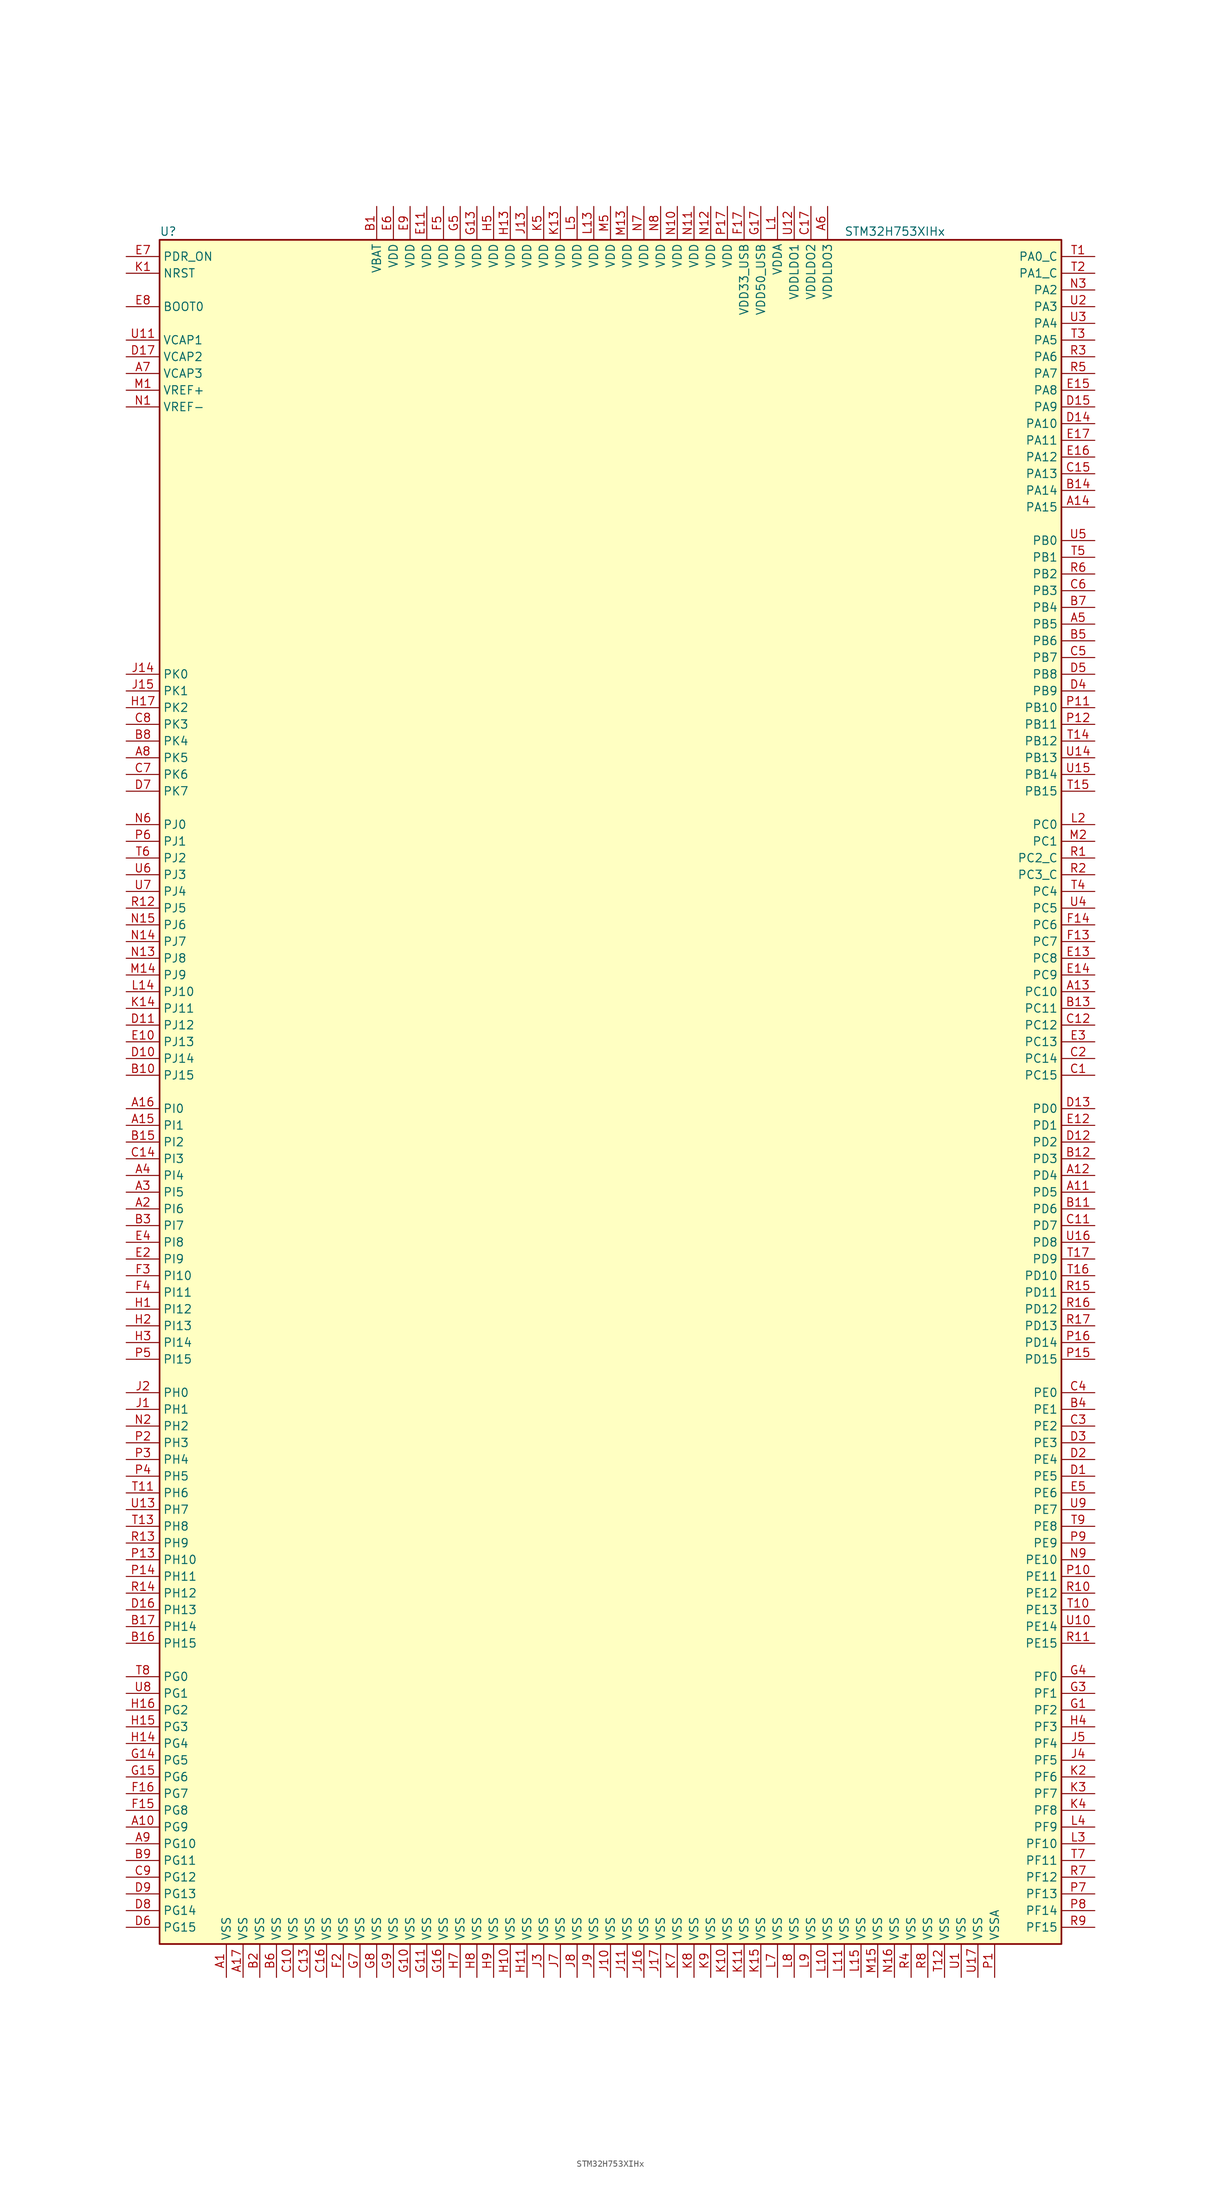
<source format=kicad_sym>
(kicad_symbol_lib
  (version 20201005)
  (generator kicad_symbol_editor)
  (symbol "MCU_ST_STM32H7:STM32H753XIHx"
    (property "Reference" "U"
      (at -68.58 130.81 0)
      (effects (font (size 1.27 1.27)) (justify left)))
    (property "Value" "STM32H753XIHx"
      (at 35.56 130.81 0)
      (effects (font (size 1.27 1.27)) (justify left)))
    (symbol "STM32H753XIHx_0_1"
      (rectangle (start -68.58 -129.54) (end 68.58 129.54) (stroke (width 0.254)) (fill (type background))))
    (symbol "STM32H753XIHx_1_1"
      (pin input line (at -73.66 119.38 0) (length 5.08) (name "BOOT0" (effects (font (size 1.27 1.27)))) (number "E8" (effects (font (size 1.27 1.27)))))
      (pin no_connect line (at -68.58 -127 0) (length 5.08) hide (name "NC" (effects (font (size 1.27 1.27)))) (number "E1" (effects (font (size 1.27 1.27)))))
      (pin no_connect line (at -68.58 -124.46 0) (length 5.08) hide (name "NC" (effects (font (size 1.27 1.27)))) (number "F1" (effects (font (size 1.27 1.27)))))
      (pin no_connect line (at -68.58 -121.92 0) (length 5.08) hide (name "NC" (effects (font (size 1.27 1.27)))) (number "G2" (effects (font (size 1.27 1.27)))))
      (pin no_connect line (at -68.58 -119.38 0) (length 5.08) hide (name "NC" (effects (font (size 1.27 1.27)))) (number "K16" (effects (font (size 1.27 1.27)))))
      (pin no_connect line (at -68.58 -116.84 0) (length 5.08) hide (name "NC" (effects (font (size 1.27 1.27)))) (number "K17" (effects (font (size 1.27 1.27)))))
      (pin no_connect line (at -68.58 -114.3 0) (length 5.08) hide (name "NC" (effects (font (size 1.27 1.27)))) (number "L16" (effects (font (size 1.27 1.27)))))
      (pin no_connect line (at -68.58 -111.76 0) (length 5.08) hide (name "NC" (effects (font (size 1.27 1.27)))) (number "L17" (effects (font (size 1.27 1.27)))))
      (pin no_connect line (at -68.58 -109.22 0) (length 5.08) hide (name "NC" (effects (font (size 1.27 1.27)))) (number "M16" (effects (font (size 1.27 1.27)))))
      (pin no_connect line (at -68.58 -106.68 0) (length 5.08) hide (name "NC" (effects (font (size 1.27 1.27)))) (number "M17" (effects (font (size 1.27 1.27)))))
      (pin no_connect line (at -68.58 -104.14 0) (length 5.08) hide (name "NC" (effects (font (size 1.27 1.27)))) (number "N17" (effects (font (size 1.27 1.27)))))
      (pin input line (at -73.66 124.46 0) (length 5.08) (name "NRST" (effects (font (size 1.27 1.27)))) (number "K1" (effects (font (size 1.27 1.27)))))
      (pin bidirectional line (at 73.66 127 180) (length 5.08) (name "PA0_C" (effects (font (size 1.27 1.27)))) (number "T1" (effects (font (size 1.27 1.27)))))
      (pin bidirectional line (at 73.66 101.6 180) (length 5.08) (name "PA10" (effects (font (size 1.27 1.27)))) (number "D14" (effects (font (size 1.27 1.27)))))
      (pin bidirectional line (at 73.66 99.06 180) (length 5.08) (name "PA11" (effects (font (size 1.27 1.27)))) (number "E17" (effects (font (size 1.27 1.27)))))
      (pin bidirectional line (at 73.66 96.52 180) (length 5.08) (name "PA12" (effects (font (size 1.27 1.27)))) (number "E16" (effects (font (size 1.27 1.27)))))
      (pin bidirectional line (at 73.66 93.98 180) (length 5.08) (name "PA13" (effects (font (size 1.27 1.27)))) (number "C15" (effects (font (size 1.27 1.27)))))
      (pin bidirectional line (at 73.66 91.44 180) (length 5.08) (name "PA14" (effects (font (size 1.27 1.27)))) (number "B14" (effects (font (size 1.27 1.27)))))
      (pin bidirectional line (at 73.66 88.9 180) (length 5.08) (name "PA15" (effects (font (size 1.27 1.27)))) (number "A14" (effects (font (size 1.27 1.27)))))
      (pin bidirectional line (at 73.66 124.46 180) (length 5.08) (name "PA1_C" (effects (font (size 1.27 1.27)))) (number "T2" (effects (font (size 1.27 1.27)))))
      (pin bidirectional line (at 73.66 121.92 180) (length 5.08) (name "PA2" (effects (font (size 1.27 1.27)))) (number "N3" (effects (font (size 1.27 1.27)))))
      (pin bidirectional line (at 73.66 119.38 180) (length 5.08) (name "PA3" (effects (font (size 1.27 1.27)))) (number "U2" (effects (font (size 1.27 1.27)))))
      (pin bidirectional line (at 73.66 116.84 180) (length 5.08) (name "PA4" (effects (font (size 1.27 1.27)))) (number "U3" (effects (font (size 1.27 1.27)))))
      (pin bidirectional line (at 73.66 114.3 180) (length 5.08) (name "PA5" (effects (font (size 1.27 1.27)))) (number "T3" (effects (font (size 1.27 1.27)))))
      (pin bidirectional line (at 73.66 111.76 180) (length 5.08) (name "PA6" (effects (font (size 1.27 1.27)))) (number "R3" (effects (font (size 1.27 1.27)))))
      (pin bidirectional line (at 73.66 109.22 180) (length 5.08) (name "PA7" (effects (font (size 1.27 1.27)))) (number "R5" (effects (font (size 1.27 1.27)))))
      (pin bidirectional line (at 73.66 106.68 180) (length 5.08) (name "PA8" (effects (font (size 1.27 1.27)))) (number "E15" (effects (font (size 1.27 1.27)))))
      (pin bidirectional line (at 73.66 104.14 180) (length 5.08) (name "PA9" (effects (font (size 1.27 1.27)))) (number "D15" (effects (font (size 1.27 1.27)))))
      (pin bidirectional line (at 73.66 83.82 180) (length 5.08) (name "PB0" (effects (font (size 1.27 1.27)))) (number "U5" (effects (font (size 1.27 1.27)))))
      (pin bidirectional line (at 73.66 81.28 180) (length 5.08) (name "PB1" (effects (font (size 1.27 1.27)))) (number "T5" (effects (font (size 1.27 1.27)))))
      (pin bidirectional line (at 73.66 58.42 180) (length 5.08) (name "PB10" (effects (font (size 1.27 1.27)))) (number "P11" (effects (font (size 1.27 1.27)))))
      (pin bidirectional line (at 73.66 55.88 180) (length 5.08) (name "PB11" (effects (font (size 1.27 1.27)))) (number "P12" (effects (font (size 1.27 1.27)))))
      (pin bidirectional line (at 73.66 53.34 180) (length 5.08) (name "PB12" (effects (font (size 1.27 1.27)))) (number "T14" (effects (font (size 1.27 1.27)))))
      (pin bidirectional line (at 73.66 50.8 180) (length 5.08) (name "PB13" (effects (font (size 1.27 1.27)))) (number "U14" (effects (font (size 1.27 1.27)))))
      (pin bidirectional line (at 73.66 48.26 180) (length 5.08) (name "PB14" (effects (font (size 1.27 1.27)))) (number "U15" (effects (font (size 1.27 1.27)))))
      (pin bidirectional line (at 73.66 45.72 180) (length 5.08) (name "PB15" (effects (font (size 1.27 1.27)))) (number "T15" (effects (font (size 1.27 1.27)))))
      (pin bidirectional line (at 73.66 78.74 180) (length 5.08) (name "PB2" (effects (font (size 1.27 1.27)))) (number "R6" (effects (font (size 1.27 1.27)))))
      (pin bidirectional line (at 73.66 76.2 180) (length 5.08) (name "PB3" (effects (font (size 1.27 1.27)))) (number "C6" (effects (font (size 1.27 1.27)))))
      (pin bidirectional line (at 73.66 73.66 180) (length 5.08) (name "PB4" (effects (font (size 1.27 1.27)))) (number "B7" (effects (font (size 1.27 1.27)))))
      (pin bidirectional line (at 73.66 71.12 180) (length 5.08) (name "PB5" (effects (font (size 1.27 1.27)))) (number "A5" (effects (font (size 1.27 1.27)))))
      (pin bidirectional line (at 73.66 68.58 180) (length 5.08) (name "PB6" (effects (font (size 1.27 1.27)))) (number "B5" (effects (font (size 1.27 1.27)))))
      (pin bidirectional line (at 73.66 66.04 180) (length 5.08) (name "PB7" (effects (font (size 1.27 1.27)))) (number "C5" (effects (font (size 1.27 1.27)))))
      (pin bidirectional line (at 73.66 63.5 180) (length 5.08) (name "PB8" (effects (font (size 1.27 1.27)))) (number "D5" (effects (font (size 1.27 1.27)))))
      (pin bidirectional line (at 73.66 60.96 180) (length 5.08) (name "PB9" (effects (font (size 1.27 1.27)))) (number "D4" (effects (font (size 1.27 1.27)))))
      (pin bidirectional line (at 73.66 40.64 180) (length 5.08) (name "PC0" (effects (font (size 1.27 1.27)))) (number "L2" (effects (font (size 1.27 1.27)))))
      (pin bidirectional line (at 73.66 38.1 180) (length 5.08) (name "PC1" (effects (font (size 1.27 1.27)))) (number "M2" (effects (font (size 1.27 1.27)))))
      (pin bidirectional line (at 73.66 15.24 180) (length 5.08) (name "PC10" (effects (font (size 1.27 1.27)))) (number "A13" (effects (font (size 1.27 1.27)))))
      (pin bidirectional line (at 73.66 12.7 180) (length 5.08) (name "PC11" (effects (font (size 1.27 1.27)))) (number "B13" (effects (font (size 1.27 1.27)))))
      (pin bidirectional line (at 73.66 10.16 180) (length 5.08) (name "PC12" (effects (font (size 1.27 1.27)))) (number "C12" (effects (font (size 1.27 1.27)))))
      (pin bidirectional line (at 73.66 7.62 180) (length 5.08) (name "PC13" (effects (font (size 1.27 1.27)))) (number "E3" (effects (font (size 1.27 1.27)))))
      (pin bidirectional line (at 73.66 5.08 180) (length 5.08) (name "PC14" (effects (font (size 1.27 1.27)))) (number "C2" (effects (font (size 1.27 1.27)))))
      (pin bidirectional line (at 73.66 2.54 180) (length 5.08) (name "PC15" (effects (font (size 1.27 1.27)))) (number "C1" (effects (font (size 1.27 1.27)))))
      (pin bidirectional line (at 73.66 35.56 180) (length 5.08) (name "PC2_C" (effects (font (size 1.27 1.27)))) (number "R1" (effects (font (size 1.27 1.27)))))
      (pin bidirectional line (at 73.66 33.02 180) (length 5.08) (name "PC3_C" (effects (font (size 1.27 1.27)))) (number "R2" (effects (font (size 1.27 1.27)))))
      (pin bidirectional line (at 73.66 30.48 180) (length 5.08) (name "PC4" (effects (font (size 1.27 1.27)))) (number "T4" (effects (font (size 1.27 1.27)))))
      (pin bidirectional line (at 73.66 27.94 180) (length 5.08) (name "PC5" (effects (font (size 1.27 1.27)))) (number "U4" (effects (font (size 1.27 1.27)))))
      (pin bidirectional line (at 73.66 25.4 180) (length 5.08) (name "PC6" (effects (font (size 1.27 1.27)))) (number "F14" (effects (font (size 1.27 1.27)))))
      (pin bidirectional line (at 73.66 22.86 180) (length 5.08) (name "PC7" (effects (font (size 1.27 1.27)))) (number "F13" (effects (font (size 1.27 1.27)))))
      (pin bidirectional line (at 73.66 20.32 180) (length 5.08) (name "PC8" (effects (font (size 1.27 1.27)))) (number "E13" (effects (font (size 1.27 1.27)))))
      (pin bidirectional line (at 73.66 17.78 180) (length 5.08) (name "PC9" (effects (font (size 1.27 1.27)))) (number "E14" (effects (font (size 1.27 1.27)))))
      (pin bidirectional line (at 73.66 -2.54 180) (length 5.08) (name "PD0" (effects (font (size 1.27 1.27)))) (number "D13" (effects (font (size 1.27 1.27)))))
      (pin bidirectional line (at 73.66 -5.08 180) (length 5.08) (name "PD1" (effects (font (size 1.27 1.27)))) (number "E12" (effects (font (size 1.27 1.27)))))
      (pin bidirectional line (at 73.66 -27.94 180) (length 5.08) (name "PD10" (effects (font (size 1.27 1.27)))) (number "T16" (effects (font (size 1.27 1.27)))))
      (pin bidirectional line (at 73.66 -30.48 180) (length 5.08) (name "PD11" (effects (font (size 1.27 1.27)))) (number "R15" (effects (font (size 1.27 1.27)))))
      (pin bidirectional line (at 73.66 -33.02 180) (length 5.08) (name "PD12" (effects (font (size 1.27 1.27)))) (number "R16" (effects (font (size 1.27 1.27)))))
      (pin bidirectional line (at 73.66 -35.56 180) (length 5.08) (name "PD13" (effects (font (size 1.27 1.27)))) (number "R17" (effects (font (size 1.27 1.27)))))
      (pin bidirectional line (at 73.66 -38.1 180) (length 5.08) (name "PD14" (effects (font (size 1.27 1.27)))) (number "P16" (effects (font (size 1.27 1.27)))))
      (pin bidirectional line (at 73.66 -40.64 180) (length 5.08) (name "PD15" (effects (font (size 1.27 1.27)))) (number "P15" (effects (font (size 1.27 1.27)))))
      (pin bidirectional line (at 73.66 -7.62 180) (length 5.08) (name "PD2" (effects (font (size 1.27 1.27)))) (number "D12" (effects (font (size 1.27 1.27)))))
      (pin bidirectional line (at 73.66 -10.16 180) (length 5.08) (name "PD3" (effects (font (size 1.27 1.27)))) (number "B12" (effects (font (size 1.27 1.27)))))
      (pin bidirectional line (at 73.66 -12.7 180) (length 5.08) (name "PD4" (effects (font (size 1.27 1.27)))) (number "A12" (effects (font (size 1.27 1.27)))))
      (pin bidirectional line (at 73.66 -15.24 180) (length 5.08) (name "PD5" (effects (font (size 1.27 1.27)))) (number "A11" (effects (font (size 1.27 1.27)))))
      (pin bidirectional line (at 73.66 -17.78 180) (length 5.08) (name "PD6" (effects (font (size 1.27 1.27)))) (number "B11" (effects (font (size 1.27 1.27)))))
      (pin bidirectional line (at 73.66 -20.32 180) (length 5.08) (name "PD7" (effects (font (size 1.27 1.27)))) (number "C11" (effects (font (size 1.27 1.27)))))
      (pin bidirectional line (at 73.66 -22.86 180) (length 5.08) (name "PD8" (effects (font (size 1.27 1.27)))) (number "U16" (effects (font (size 1.27 1.27)))))
      (pin bidirectional line (at 73.66 -25.4 180) (length 5.08) (name "PD9" (effects (font (size 1.27 1.27)))) (number "T17" (effects (font (size 1.27 1.27)))))
      (pin input line (at -73.66 127 0) (length 5.08) (name "PDR_ON" (effects (font (size 1.27 1.27)))) (number "E7" (effects (font (size 1.27 1.27)))))
      (pin bidirectional line (at 73.66 -45.72 180) (length 5.08) (name "PE0" (effects (font (size 1.27 1.27)))) (number "C4" (effects (font (size 1.27 1.27)))))
      (pin bidirectional line (at 73.66 -48.26 180) (length 5.08) (name "PE1" (effects (font (size 1.27 1.27)))) (number "B4" (effects (font (size 1.27 1.27)))))
      (pin bidirectional line (at 73.66 -71.12 180) (length 5.08) (name "PE10" (effects (font (size 1.27 1.27)))) (number "N9" (effects (font (size 1.27 1.27)))))
      (pin bidirectional line (at 73.66 -73.66 180) (length 5.08) (name "PE11" (effects (font (size 1.27 1.27)))) (number "P10" (effects (font (size 1.27 1.27)))))
      (pin bidirectional line (at 73.66 -76.2 180) (length 5.08) (name "PE12" (effects (font (size 1.27 1.27)))) (number "R10" (effects (font (size 1.27 1.27)))))
      (pin bidirectional line (at 73.66 -78.74 180) (length 5.08) (name "PE13" (effects (font (size 1.27 1.27)))) (number "T10" (effects (font (size 1.27 1.27)))))
      (pin bidirectional line (at 73.66 -81.28 180) (length 5.08) (name "PE14" (effects (font (size 1.27 1.27)))) (number "U10" (effects (font (size 1.27 1.27)))))
      (pin bidirectional line (at 73.66 -83.82 180) (length 5.08) (name "PE15" (effects (font (size 1.27 1.27)))) (number "R11" (effects (font (size 1.27 1.27)))))
      (pin bidirectional line (at 73.66 -50.8 180) (length 5.08) (name "PE2" (effects (font (size 1.27 1.27)))) (number "C3" (effects (font (size 1.27 1.27)))))
      (pin bidirectional line (at 73.66 -53.34 180) (length 5.08) (name "PE3" (effects (font (size 1.27 1.27)))) (number "D3" (effects (font (size 1.27 1.27)))))
      (pin bidirectional line (at 73.66 -55.88 180) (length 5.08) (name "PE4" (effects (font (size 1.27 1.27)))) (number "D2" (effects (font (size 1.27 1.27)))))
      (pin bidirectional line (at 73.66 -58.42 180) (length 5.08) (name "PE5" (effects (font (size 1.27 1.27)))) (number "D1" (effects (font (size 1.27 1.27)))))
      (pin bidirectional line (at 73.66 -60.96 180) (length 5.08) (name "PE6" (effects (font (size 1.27 1.27)))) (number "E5" (effects (font (size 1.27 1.27)))))
      (pin bidirectional line (at 73.66 -63.5 180) (length 5.08) (name "PE7" (effects (font (size 1.27 1.27)))) (number "U9" (effects (font (size 1.27 1.27)))))
      (pin bidirectional line (at 73.66 -66.04 180) (length 5.08) (name "PE8" (effects (font (size 1.27 1.27)))) (number "T9" (effects (font (size 1.27 1.27)))))
      (pin bidirectional line (at 73.66 -68.58 180) (length 5.08) (name "PE9" (effects (font (size 1.27 1.27)))) (number "P9" (effects (font (size 1.27 1.27)))))
      (pin bidirectional line (at 73.66 -88.9 180) (length 5.08) (name "PF0" (effects (font (size 1.27 1.27)))) (number "G4" (effects (font (size 1.27 1.27)))))
      (pin bidirectional line (at 73.66 -91.44 180) (length 5.08) (name "PF1" (effects (font (size 1.27 1.27)))) (number "G3" (effects (font (size 1.27 1.27)))))
      (pin bidirectional line (at 73.66 -114.3 180) (length 5.08) (name "PF10" (effects (font (size 1.27 1.27)))) (number "L3" (effects (font (size 1.27 1.27)))))
      (pin bidirectional line (at 73.66 -116.84 180) (length 5.08) (name "PF11" (effects (font (size 1.27 1.27)))) (number "T7" (effects (font (size 1.27 1.27)))))
      (pin bidirectional line (at 73.66 -119.38 180) (length 5.08) (name "PF12" (effects (font (size 1.27 1.27)))) (number "R7" (effects (font (size 1.27 1.27)))))
      (pin bidirectional line (at 73.66 -121.92 180) (length 5.08) (name "PF13" (effects (font (size 1.27 1.27)))) (number "P7" (effects (font (size 1.27 1.27)))))
      (pin bidirectional line (at 73.66 -124.46 180) (length 5.08) (name "PF14" (effects (font (size 1.27 1.27)))) (number "P8" (effects (font (size 1.27 1.27)))))
      (pin bidirectional line (at 73.66 -127 180) (length 5.08) (name "PF15" (effects (font (size 1.27 1.27)))) (number "R9" (effects (font (size 1.27 1.27)))))
      (pin bidirectional line (at 73.66 -93.98 180) (length 5.08) (name "PF2" (effects (font (size 1.27 1.27)))) (number "G1" (effects (font (size 1.27 1.27)))))
      (pin bidirectional line (at 73.66 -96.52 180) (length 5.08) (name "PF3" (effects (font (size 1.27 1.27)))) (number "H4" (effects (font (size 1.27 1.27)))))
      (pin bidirectional line (at 73.66 -99.06 180) (length 5.08) (name "PF4" (effects (font (size 1.27 1.27)))) (number "J5" (effects (font (size 1.27 1.27)))))
      (pin bidirectional line (at 73.66 -101.6 180) (length 5.08) (name "PF5" (effects (font (size 1.27 1.27)))) (number "J4" (effects (font (size 1.27 1.27)))))
      (pin bidirectional line (at 73.66 -104.14 180) (length 5.08) (name "PF6" (effects (font (size 1.27 1.27)))) (number "K2" (effects (font (size 1.27 1.27)))))
      (pin bidirectional line (at 73.66 -106.68 180) (length 5.08) (name "PF7" (effects (font (size 1.27 1.27)))) (number "K3" (effects (font (size 1.27 1.27)))))
      (pin bidirectional line (at 73.66 -109.22 180) (length 5.08) (name "PF8" (effects (font (size 1.27 1.27)))) (number "K4" (effects (font (size 1.27 1.27)))))
      (pin bidirectional line (at 73.66 -111.76 180) (length 5.08) (name "PF9" (effects (font (size 1.27 1.27)))) (number "L4" (effects (font (size 1.27 1.27)))))
      (pin bidirectional line (at -73.66 -88.9 0) (length 5.08) (name "PG0" (effects (font (size 1.27 1.27)))) (number "T8" (effects (font (size 1.27 1.27)))))
      (pin bidirectional line (at -73.66 -91.44 0) (length 5.08) (name "PG1" (effects (font (size 1.27 1.27)))) (number "U8" (effects (font (size 1.27 1.27)))))
      (pin bidirectional line (at -73.66 -114.3 0) (length 5.08) (name "PG10" (effects (font (size 1.27 1.27)))) (number "A9" (effects (font (size 1.27 1.27)))))
      (pin bidirectional line (at -73.66 -116.84 0) (length 5.08) (name "PG11" (effects (font (size 1.27 1.27)))) (number "B9" (effects (font (size 1.27 1.27)))))
      (pin bidirectional line (at -73.66 -119.38 0) (length 5.08) (name "PG12" (effects (font (size 1.27 1.27)))) (number "C9" (effects (font (size 1.27 1.27)))))
      (pin bidirectional line (at -73.66 -121.92 0) (length 5.08) (name "PG13" (effects (font (size 1.27 1.27)))) (number "D9" (effects (font (size 1.27 1.27)))))
      (pin bidirectional line (at -73.66 -124.46 0) (length 5.08) (name "PG14" (effects (font (size 1.27 1.27)))) (number "D8" (effects (font (size 1.27 1.27)))))
      (pin bidirectional line (at -73.66 -127 0) (length 5.08) (name "PG15" (effects (font (size 1.27 1.27)))) (number "D6" (effects (font (size 1.27 1.27)))))
      (pin bidirectional line (at -73.66 -93.98 0) (length 5.08) (name "PG2" (effects (font (size 1.27 1.27)))) (number "H16" (effects (font (size 1.27 1.27)))))
      (pin bidirectional line (at -73.66 -96.52 0) (length 5.08) (name "PG3" (effects (font (size 1.27 1.27)))) (number "H15" (effects (font (size 1.27 1.27)))))
      (pin bidirectional line (at -73.66 -99.06 0) (length 5.08) (name "PG4" (effects (font (size 1.27 1.27)))) (number "H14" (effects (font (size 1.27 1.27)))))
      (pin bidirectional line (at -73.66 -101.6 0) (length 5.08) (name "PG5" (effects (font (size 1.27 1.27)))) (number "G14" (effects (font (size 1.27 1.27)))))
      (pin bidirectional line (at -73.66 -104.14 0) (length 5.08) (name "PG6" (effects (font (size 1.27 1.27)))) (number "G15" (effects (font (size 1.27 1.27)))))
      (pin bidirectional line (at -73.66 -106.68 0) (length 5.08) (name "PG7" (effects (font (size 1.27 1.27)))) (number "F16" (effects (font (size 1.27 1.27)))))
      (pin bidirectional line (at -73.66 -109.22 0) (length 5.08) (name "PG8" (effects (font (size 1.27 1.27)))) (number "F15" (effects (font (size 1.27 1.27)))))
      (pin bidirectional line (at -73.66 -111.76 0) (length 5.08) (name "PG9" (effects (font (size 1.27 1.27)))) (number "A10" (effects (font (size 1.27 1.27)))))
      (pin input line (at -73.66 -45.72 0) (length 5.08) (name "PH0" (effects (font (size 1.27 1.27)))) (number "J2" (effects (font (size 1.27 1.27)))))
      (pin input line (at -73.66 -48.26 0) (length 5.08) (name "PH1" (effects (font (size 1.27 1.27)))) (number "J1" (effects (font (size 1.27 1.27)))))
      (pin bidirectional line (at -73.66 -71.12 0) (length 5.08) (name "PH10" (effects (font (size 1.27 1.27)))) (number "P13" (effects (font (size 1.27 1.27)))))
      (pin bidirectional line (at -73.66 -73.66 0) (length 5.08) (name "PH11" (effects (font (size 1.27 1.27)))) (number "P14" (effects (font (size 1.27 1.27)))))
      (pin bidirectional line (at -73.66 -76.2 0) (length 5.08) (name "PH12" (effects (font (size 1.27 1.27)))) (number "R14" (effects (font (size 1.27 1.27)))))
      (pin bidirectional line (at -73.66 -78.74 0) (length 5.08) (name "PH13" (effects (font (size 1.27 1.27)))) (number "D16" (effects (font (size 1.27 1.27)))))
      (pin bidirectional line (at -73.66 -81.28 0) (length 5.08) (name "PH14" (effects (font (size 1.27 1.27)))) (number "B17" (effects (font (size 1.27 1.27)))))
      (pin bidirectional line (at -73.66 -83.82 0) (length 5.08) (name "PH15" (effects (font (size 1.27 1.27)))) (number "B16" (effects (font (size 1.27 1.27)))))
      (pin bidirectional line (at -73.66 -50.8 0) (length 5.08) (name "PH2" (effects (font (size 1.27 1.27)))) (number "N2" (effects (font (size 1.27 1.27)))))
      (pin bidirectional line (at -73.66 -53.34 0) (length 5.08) (name "PH3" (effects (font (size 1.27 1.27)))) (number "P2" (effects (font (size 1.27 1.27)))))
      (pin bidirectional line (at -73.66 -55.88 0) (length 5.08) (name "PH4" (effects (font (size 1.27 1.27)))) (number "P3" (effects (font (size 1.27 1.27)))))
      (pin bidirectional line (at -73.66 -58.42 0) (length 5.08) (name "PH5" (effects (font (size 1.27 1.27)))) (number "P4" (effects (font (size 1.27 1.27)))))
      (pin bidirectional line (at -73.66 -60.96 0) (length 5.08) (name "PH6" (effects (font (size 1.27 1.27)))) (number "T11" (effects (font (size 1.27 1.27)))))
      (pin bidirectional line (at -73.66 -63.5 0) (length 5.08) (name "PH7" (effects (font (size 1.27 1.27)))) (number "U13" (effects (font (size 1.27 1.27)))))
      (pin bidirectional line (at -73.66 -66.04 0) (length 5.08) (name "PH8" (effects (font (size 1.27 1.27)))) (number "T13" (effects (font (size 1.27 1.27)))))
      (pin bidirectional line (at -73.66 -68.58 0) (length 5.08) (name "PH9" (effects (font (size 1.27 1.27)))) (number "R13" (effects (font (size 1.27 1.27)))))
      (pin bidirectional line (at -73.66 -2.54 0) (length 5.08) (name "PI0" (effects (font (size 1.27 1.27)))) (number "A16" (effects (font (size 1.27 1.27)))))
      (pin bidirectional line (at -73.66 -5.08 0) (length 5.08) (name "PI1" (effects (font (size 1.27 1.27)))) (number "A15" (effects (font (size 1.27 1.27)))))
      (pin bidirectional line (at -73.66 -27.94 0) (length 5.08) (name "PI10" (effects (font (size 1.27 1.27)))) (number "F3" (effects (font (size 1.27 1.27)))))
      (pin bidirectional line (at -73.66 -30.48 0) (length 5.08) (name "PI11" (effects (font (size 1.27 1.27)))) (number "F4" (effects (font (size 1.27 1.27)))))
      (pin bidirectional line (at -73.66 -33.02 0) (length 5.08) (name "PI12" (effects (font (size 1.27 1.27)))) (number "H1" (effects (font (size 1.27 1.27)))))
      (pin bidirectional line (at -73.66 -35.56 0) (length 5.08) (name "PI13" (effects (font (size 1.27 1.27)))) (number "H2" (effects (font (size 1.27 1.27)))))
      (pin bidirectional line (at -73.66 -38.1 0) (length 5.08) (name "PI14" (effects (font (size 1.27 1.27)))) (number "H3" (effects (font (size 1.27 1.27)))))
      (pin bidirectional line (at -73.66 -40.64 0) (length 5.08) (name "PI15" (effects (font (size 1.27 1.27)))) (number "P5" (effects (font (size 1.27 1.27)))))
      (pin bidirectional line (at -73.66 -7.62 0) (length 5.08) (name "PI2" (effects (font (size 1.27 1.27)))) (number "B15" (effects (font (size 1.27 1.27)))))
      (pin bidirectional line (at -73.66 -10.16 0) (length 5.08) (name "PI3" (effects (font (size 1.27 1.27)))) (number "C14" (effects (font (size 1.27 1.27)))))
      (pin bidirectional line (at -73.66 -12.7 0) (length 5.08) (name "PI4" (effects (font (size 1.27 1.27)))) (number "A4" (effects (font (size 1.27 1.27)))))
      (pin bidirectional line (at -73.66 -15.24 0) (length 5.08) (name "PI5" (effects (font (size 1.27 1.27)))) (number "A3" (effects (font (size 1.27 1.27)))))
      (pin bidirectional line (at -73.66 -17.78 0) (length 5.08) (name "PI6" (effects (font (size 1.27 1.27)))) (number "A2" (effects (font (size 1.27 1.27)))))
      (pin bidirectional line (at -73.66 -20.32 0) (length 5.08) (name "PI7" (effects (font (size 1.27 1.27)))) (number "B3" (effects (font (size 1.27 1.27)))))
      (pin bidirectional line (at -73.66 -22.86 0) (length 5.08) (name "PI8" (effects (font (size 1.27 1.27)))) (number "E4" (effects (font (size 1.27 1.27)))))
      (pin bidirectional line (at -73.66 -25.4 0) (length 5.08) (name "PI9" (effects (font (size 1.27 1.27)))) (number "E2" (effects (font (size 1.27 1.27)))))
      (pin bidirectional line (at -73.66 40.64 0) (length 5.08) (name "PJ0" (effects (font (size 1.27 1.27)))) (number "N6" (effects (font (size 1.27 1.27)))))
      (pin bidirectional line (at -73.66 38.1 0) (length 5.08) (name "PJ1" (effects (font (size 1.27 1.27)))) (number "P6" (effects (font (size 1.27 1.27)))))
      (pin bidirectional line (at -73.66 15.24 0) (length 5.08) (name "PJ10" (effects (font (size 1.27 1.27)))) (number "L14" (effects (font (size 1.27 1.27)))))
      (pin bidirectional line (at -73.66 12.7 0) (length 5.08) (name "PJ11" (effects (font (size 1.27 1.27)))) (number "K14" (effects (font (size 1.27 1.27)))))
      (pin bidirectional line (at -73.66 10.16 0) (length 5.08) (name "PJ12" (effects (font (size 1.27 1.27)))) (number "D11" (effects (font (size 1.27 1.27)))))
      (pin bidirectional line (at -73.66 7.62 0) (length 5.08) (name "PJ13" (effects (font (size 1.27 1.27)))) (number "E10" (effects (font (size 1.27 1.27)))))
      (pin bidirectional line (at -73.66 5.08 0) (length 5.08) (name "PJ14" (effects (font (size 1.27 1.27)))) (number "D10" (effects (font (size 1.27 1.27)))))
      (pin bidirectional line (at -73.66 2.54 0) (length 5.08) (name "PJ15" (effects (font (size 1.27 1.27)))) (number "B10" (effects (font (size 1.27 1.27)))))
      (pin bidirectional line (at -73.66 35.56 0) (length 5.08) (name "PJ2" (effects (font (size 1.27 1.27)))) (number "T6" (effects (font (size 1.27 1.27)))))
      (pin bidirectional line (at -73.66 33.02 0) (length 5.08) (name "PJ3" (effects (font (size 1.27 1.27)))) (number "U6" (effects (font (size 1.27 1.27)))))
      (pin bidirectional line (at -73.66 30.48 0) (length 5.08) (name "PJ4" (effects (font (size 1.27 1.27)))) (number "U7" (effects (font (size 1.27 1.27)))))
      (pin bidirectional line (at -73.66 27.94 0) (length 5.08) (name "PJ5" (effects (font (size 1.27 1.27)))) (number "R12" (effects (font (size 1.27 1.27)))))
      (pin bidirectional line (at -73.66 25.4 0) (length 5.08) (name "PJ6" (effects (font (size 1.27 1.27)))) (number "N15" (effects (font (size 1.27 1.27)))))
      (pin bidirectional line (at -73.66 22.86 0) (length 5.08) (name "PJ7" (effects (font (size 1.27 1.27)))) (number "N14" (effects (font (size 1.27 1.27)))))
      (pin bidirectional line (at -73.66 20.32 0) (length 5.08) (name "PJ8" (effects (font (size 1.27 1.27)))) (number "N13" (effects (font (size 1.27 1.27)))))
      (pin bidirectional line (at -73.66 17.78 0) (length 5.08) (name "PJ9" (effects (font (size 1.27 1.27)))) (number "M14" (effects (font (size 1.27 1.27)))))
      (pin bidirectional line (at -73.66 63.5 0) (length 5.08) (name "PK0" (effects (font (size 1.27 1.27)))) (number "J14" (effects (font (size 1.27 1.27)))))
      (pin bidirectional line (at -73.66 60.96 0) (length 5.08) (name "PK1" (effects (font (size 1.27 1.27)))) (number "J15" (effects (font (size 1.27 1.27)))))
      (pin bidirectional line (at -73.66 58.42 0) (length 5.08) (name "PK2" (effects (font (size 1.27 1.27)))) (number "H17" (effects (font (size 1.27 1.27)))))
      (pin bidirectional line (at -73.66 55.88 0) (length 5.08) (name "PK3" (effects (font (size 1.27 1.27)))) (number "C8" (effects (font (size 1.27 1.27)))))
      (pin bidirectional line (at -73.66 53.34 0) (length 5.08) (name "PK4" (effects (font (size 1.27 1.27)))) (number "B8" (effects (font (size 1.27 1.27)))))
      (pin bidirectional line (at -73.66 50.8 0) (length 5.08) (name "PK5" (effects (font (size 1.27 1.27)))) (number "A8" (effects (font (size 1.27 1.27)))))
      (pin bidirectional line (at -73.66 48.26 0) (length 5.08) (name "PK6" (effects (font (size 1.27 1.27)))) (number "C7" (effects (font (size 1.27 1.27)))))
      (pin bidirectional line (at -73.66 45.72 0) (length 5.08) (name "PK7" (effects (font (size 1.27 1.27)))) (number "D7" (effects (font (size 1.27 1.27)))))
      (pin power_in line (at -35.56 134.62 270) (length 5.08) (name "VBAT" (effects (font (size 1.27 1.27)))) (number "B1" (effects (font (size 1.27 1.27)))))
      (pin power_in line (at -73.66 114.3 0) (length 5.08) (name "VCAP1" (effects (font (size 1.27 1.27)))) (number "U11" (effects (font (size 1.27 1.27)))))
      (pin power_in line (at -73.66 111.76 0) (length 5.08) (name "VCAP2" (effects (font (size 1.27 1.27)))) (number "D17" (effects (font (size 1.27 1.27)))))
      (pin power_in line (at -73.66 109.22 0) (length 5.08) (name "VCAP3" (effects (font (size 1.27 1.27)))) (number "A7" (effects (font (size 1.27 1.27)))))
      (pin power_in line (at -27.94 134.62 270) (length 5.08) (name "VDD" (effects (font (size 1.27 1.27)))) (number "E11" (effects (font (size 1.27 1.27)))))
      (pin power_in line (at -33.02 134.62 270) (length 5.08) (name "VDD" (effects (font (size 1.27 1.27)))) (number "E6" (effects (font (size 1.27 1.27)))))
      (pin power_in line (at -30.48 134.62 270) (length 5.08) (name "VDD" (effects (font (size 1.27 1.27)))) (number "E9" (effects (font (size 1.27 1.27)))))
      (pin power_in line (at -25.4 134.62 270) (length 5.08) (name "VDD" (effects (font (size 1.27 1.27)))) (number "F5" (effects (font (size 1.27 1.27)))))
      (pin power_in line (at -20.32 134.62 270) (length 5.08) (name "VDD" (effects (font (size 1.27 1.27)))) (number "G13" (effects (font (size 1.27 1.27)))))
      (pin power_in line (at -22.86 134.62 270) (length 5.08) (name "VDD" (effects (font (size 1.27 1.27)))) (number "G5" (effects (font (size 1.27 1.27)))))
      (pin power_in line (at -15.24 134.62 270) (length 5.08) (name "VDD" (effects (font (size 1.27 1.27)))) (number "H13" (effects (font (size 1.27 1.27)))))
      (pin power_in line (at -17.78 134.62 270) (length 5.08) (name "VDD" (effects (font (size 1.27 1.27)))) (number "H5" (effects (font (size 1.27 1.27)))))
      (pin power_in line (at -12.7 134.62 270) (length 5.08) (name "VDD" (effects (font (size 1.27 1.27)))) (number "J13" (effects (font (size 1.27 1.27)))))
      (pin power_in line (at -7.62 134.62 270) (length 5.08) (name "VDD" (effects (font (size 1.27 1.27)))) (number "K13" (effects (font (size 1.27 1.27)))))
      (pin power_in line (at -10.16 134.62 270) (length 5.08) (name "VDD" (effects (font (size 1.27 1.27)))) (number "K5" (effects (font (size 1.27 1.27)))))
      (pin power_in line (at -2.54 134.62 270) (length 5.08) (name "VDD" (effects (font (size 1.27 1.27)))) (number "L13" (effects (font (size 1.27 1.27)))))
      (pin power_in line (at -5.08 134.62 270) (length 5.08) (name "VDD" (effects (font (size 1.27 1.27)))) (number "L5" (effects (font (size 1.27 1.27)))))
      (pin power_in line (at 2.54 134.62 270) (length 5.08) (name "VDD" (effects (font (size 1.27 1.27)))) (number "M13" (effects (font (size 1.27 1.27)))))
      (pin power_in line (at 0 134.62 270) (length 5.08) (name "VDD" (effects (font (size 1.27 1.27)))) (number "M5" (effects (font (size 1.27 1.27)))))
      (pin power_in line (at 10.16 134.62 270) (length 5.08) (name "VDD" (effects (font (size 1.27 1.27)))) (number "N10" (effects (font (size 1.27 1.27)))))
      (pin power_in line (at 12.7 134.62 270) (length 5.08) (name "VDD" (effects (font (size 1.27 1.27)))) (number "N11" (effects (font (size 1.27 1.27)))))
      (pin power_in line (at 15.24 134.62 270) (length 5.08) (name "VDD" (effects (font (size 1.27 1.27)))) (number "N12" (effects (font (size 1.27 1.27)))))
      (pin power_in line (at 5.08 134.62 270) (length 5.08) (name "VDD" (effects (font (size 1.27 1.27)))) (number "N7" (effects (font (size 1.27 1.27)))))
      (pin power_in line (at 7.62 134.62 270) (length 5.08) (name "VDD" (effects (font (size 1.27 1.27)))) (number "N8" (effects (font (size 1.27 1.27)))))
      (pin power_in line (at 17.78 134.62 270) (length 5.08) (name "VDD" (effects (font (size 1.27 1.27)))) (number "P17" (effects (font (size 1.27 1.27)))))
      (pin power_in line (at 20.32 134.62 270) (length 5.08) (name "VDD33_USB" (effects (font (size 1.27 1.27)))) (number "F17" (effects (font (size 1.27 1.27)))))
      (pin power_in line (at 22.86 134.62 270) (length 5.08) (name "VDD50_USB" (effects (font (size 1.27 1.27)))) (number "G17" (effects (font (size 1.27 1.27)))))
      (pin power_in line (at 25.4 134.62 270) (length 5.08) (name "VDDA" (effects (font (size 1.27 1.27)))) (number "L1" (effects (font (size 1.27 1.27)))))
      (pin power_in line (at 27.94 134.62 270) (length 5.08) (name "VDDLDO1" (effects (font (size 1.27 1.27)))) (number "U12" (effects (font (size 1.27 1.27)))))
      (pin power_in line (at 30.48 134.62 270) (length 5.08) (name "VDDLDO2" (effects (font (size 1.27 1.27)))) (number "C17" (effects (font (size 1.27 1.27)))))
      (pin power_in line (at 33.02 134.62 270) (length 5.08) (name "VDDLDO3" (effects (font (size 1.27 1.27)))) (number "A6" (effects (font (size 1.27 1.27)))))
      (pin bidirectional line (at -73.66 106.68 0) (length 5.08) (name "VREF+" (effects (font (size 1.27 1.27)))) (number "M1" (effects (font (size 1.27 1.27)))))
      (pin power_in line (at -73.66 104.14 0) (length 5.08) (name "VREF-" (effects (font (size 1.27 1.27)))) (number "N1" (effects (font (size 1.27 1.27)))))
      (pin power_in line (at -58.42 -134.62 90) (length 5.08) (name "VSS" (effects (font (size 1.27 1.27)))) (number "A1" (effects (font (size 1.27 1.27)))))
      (pin power_in line (at -55.88 -134.62 90) (length 5.08) (name "VSS" (effects (font (size 1.27 1.27)))) (number "A17" (effects (font (size 1.27 1.27)))))
      (pin power_in line (at -53.34 -134.62 90) (length 5.08) (name "VSS" (effects (font (size 1.27 1.27)))) (number "B2" (effects (font (size 1.27 1.27)))))
      (pin power_in line (at -50.8 -134.62 90) (length 5.08) (name "VSS" (effects (font (size 1.27 1.27)))) (number "B6" (effects (font (size 1.27 1.27)))))
      (pin power_in line (at -48.26 -134.62 90) (length 5.08) (name "VSS" (effects (font (size 1.27 1.27)))) (number "C10" (effects (font (size 1.27 1.27)))))
      (pin power_in line (at -45.72 -134.62 90) (length 5.08) (name "VSS" (effects (font (size 1.27 1.27)))) (number "C13" (effects (font (size 1.27 1.27)))))
      (pin power_in line (at -43.18 -134.62 90) (length 5.08) (name "VSS" (effects (font (size 1.27 1.27)))) (number "C16" (effects (font (size 1.27 1.27)))))
      (pin power_in line (at -40.64 -134.62 90) (length 5.08) (name "VSS" (effects (font (size 1.27 1.27)))) (number "F2" (effects (font (size 1.27 1.27)))))
      (pin power_in line (at -30.48 -134.62 90) (length 5.08) (name "VSS" (effects (font (size 1.27 1.27)))) (number "G10" (effects (font (size 1.27 1.27)))))
      (pin power_in line (at -27.94 -134.62 90) (length 5.08) (name "VSS" (effects (font (size 1.27 1.27)))) (number "G11" (effects (font (size 1.27 1.27)))))
      (pin power_in line (at -25.4 -134.62 90) (length 5.08) (name "VSS" (effects (font (size 1.27 1.27)))) (number "G16" (effects (font (size 1.27 1.27)))))
      (pin power_in line (at -38.1 -134.62 90) (length 5.08) (name "VSS" (effects (font (size 1.27 1.27)))) (number "G7" (effects (font (size 1.27 1.27)))))
      (pin power_in line (at -35.56 -134.62 90) (length 5.08) (name "VSS" (effects (font (size 1.27 1.27)))) (number "G8" (effects (font (size 1.27 1.27)))))
      (pin power_in line (at -33.02 -134.62 90) (length 5.08) (name "VSS" (effects (font (size 1.27 1.27)))) (number "G9" (effects (font (size 1.27 1.27)))))
      (pin power_in line (at -15.24 -134.62 90) (length 5.08) (name "VSS" (effects (font (size 1.27 1.27)))) (number "H10" (effects (font (size 1.27 1.27)))))
      (pin power_in line (at -12.7 -134.62 90) (length 5.08) (name "VSS" (effects (font (size 1.27 1.27)))) (number "H11" (effects (font (size 1.27 1.27)))))
      (pin power_in line (at -22.86 -134.62 90) (length 5.08) (name "VSS" (effects (font (size 1.27 1.27)))) (number "H7" (effects (font (size 1.27 1.27)))))
      (pin power_in line (at -20.32 -134.62 90) (length 5.08) (name "VSS" (effects (font (size 1.27 1.27)))) (number "H8" (effects (font (size 1.27 1.27)))))
      (pin power_in line (at -17.78 -134.62 90) (length 5.08) (name "VSS" (effects (font (size 1.27 1.27)))) (number "H9" (effects (font (size 1.27 1.27)))))
      (pin power_in line (at 0 -134.62 90) (length 5.08) (name "VSS" (effects (font (size 1.27 1.27)))) (number "J10" (effects (font (size 1.27 1.27)))))
      (pin power_in line (at 2.54 -134.62 90) (length 5.08) (name "VSS" (effects (font (size 1.27 1.27)))) (number "J11" (effects (font (size 1.27 1.27)))))
      (pin power_in line (at 5.08 -134.62 90) (length 5.08) (name "VSS" (effects (font (size 1.27 1.27)))) (number "J16" (effects (font (size 1.27 1.27)))))
      (pin power_in line (at 7.62 -134.62 90) (length 5.08) (name "VSS" (effects (font (size 1.27 1.27)))) (number "J17" (effects (font (size 1.27 1.27)))))
      (pin power_in line (at -10.16 -134.62 90) (length 5.08) (name "VSS" (effects (font (size 1.27 1.27)))) (number "J3" (effects (font (size 1.27 1.27)))))
      (pin power_in line (at -7.62 -134.62 90) (length 5.08) (name "VSS" (effects (font (size 1.27 1.27)))) (number "J7" (effects (font (size 1.27 1.27)))))
      (pin power_in line (at -5.08 -134.62 90) (length 5.08) (name "VSS" (effects (font (size 1.27 1.27)))) (number "J8" (effects (font (size 1.27 1.27)))))
      (pin power_in line (at -2.54 -134.62 90) (length 5.08) (name "VSS" (effects (font (size 1.27 1.27)))) (number "J9" (effects (font (size 1.27 1.27)))))
      (pin power_in line (at 17.78 -134.62 90) (length 5.08) (name "VSS" (effects (font (size 1.27 1.27)))) (number "K10" (effects (font (size 1.27 1.27)))))
      (pin power_in line (at 20.32 -134.62 90) (length 5.08) (name "VSS" (effects (font (size 1.27 1.27)))) (number "K11" (effects (font (size 1.27 1.27)))))
      (pin power_in line (at 22.86 -134.62 90) (length 5.08) (name "VSS" (effects (font (size 1.27 1.27)))) (number "K15" (effects (font (size 1.27 1.27)))))
      (pin power_in line (at 10.16 -134.62 90) (length 5.08) (name "VSS" (effects (font (size 1.27 1.27)))) (number "K7" (effects (font (size 1.27 1.27)))))
      (pin power_in line (at 12.7 -134.62 90) (length 5.08) (name "VSS" (effects (font (size 1.27 1.27)))) (number "K8" (effects (font (size 1.27 1.27)))))
      (pin power_in line (at 15.24 -134.62 90) (length 5.08) (name "VSS" (effects (font (size 1.27 1.27)))) (number "K9" (effects (font (size 1.27 1.27)))))
      (pin power_in line (at 33.02 -134.62 90) (length 5.08) (name "VSS" (effects (font (size 1.27 1.27)))) (number "L10" (effects (font (size 1.27 1.27)))))
      (pin power_in line (at 35.56 -134.62 90) (length 5.08) (name "VSS" (effects (font (size 1.27 1.27)))) (number "L11" (effects (font (size 1.27 1.27)))))
      (pin power_in line (at 38.1 -134.62 90) (length 5.08) (name "VSS" (effects (font (size 1.27 1.27)))) (number "L15" (effects (font (size 1.27 1.27)))))
      (pin power_in line (at 25.4 -134.62 90) (length 5.08) (name "VSS" (effects (font (size 1.27 1.27)))) (number "L7" (effects (font (size 1.27 1.27)))))
      (pin power_in line (at 27.94 -134.62 90) (length 5.08) (name "VSS" (effects (font (size 1.27 1.27)))) (number "L8" (effects (font (size 1.27 1.27)))))
      (pin power_in line (at 30.48 -134.62 90) (length 5.08) (name "VSS" (effects (font (size 1.27 1.27)))) (number "L9" (effects (font (size 1.27 1.27)))))
      (pin power_in line (at 40.64 -134.62 90) (length 5.08) (name "VSS" (effects (font (size 1.27 1.27)))) (number "M15" (effects (font (size 1.27 1.27)))))
      (pin power_in line (at 43.18 -134.62 90) (length 5.08) (name "VSS" (effects (font (size 1.27 1.27)))) (number "N16" (effects (font (size 1.27 1.27)))))
      (pin power_in line (at 45.72 -134.62 90) (length 5.08) (name "VSS" (effects (font (size 1.27 1.27)))) (number "R4" (effects (font (size 1.27 1.27)))))
      (pin power_in line (at 48.26 -134.62 90) (length 5.08) (name "VSS" (effects (font (size 1.27 1.27)))) (number "R8" (effects (font (size 1.27 1.27)))))
      (pin power_in line (at 50.8 -134.62 90) (length 5.08) (name "VSS" (effects (font (size 1.27 1.27)))) (number "T12" (effects (font (size 1.27 1.27)))))
      (pin power_in line (at 53.34 -134.62 90) (length 5.08) (name "VSS" (effects (font (size 1.27 1.27)))) (number "U1" (effects (font (size 1.27 1.27)))))
      (pin power_in line (at 55.88 -134.62 90) (length 5.08) (name "VSS" (effects (font (size 1.27 1.27)))) (number "U17" (effects (font (size 1.27 1.27)))))
      (pin power_in line (at 58.42 -134.62 90) (length 5.08) (name "VSSA" (effects (font (size 1.27 1.27)))) (number "P1" (effects (font (size 1.27 1.27))))))))
</source>
